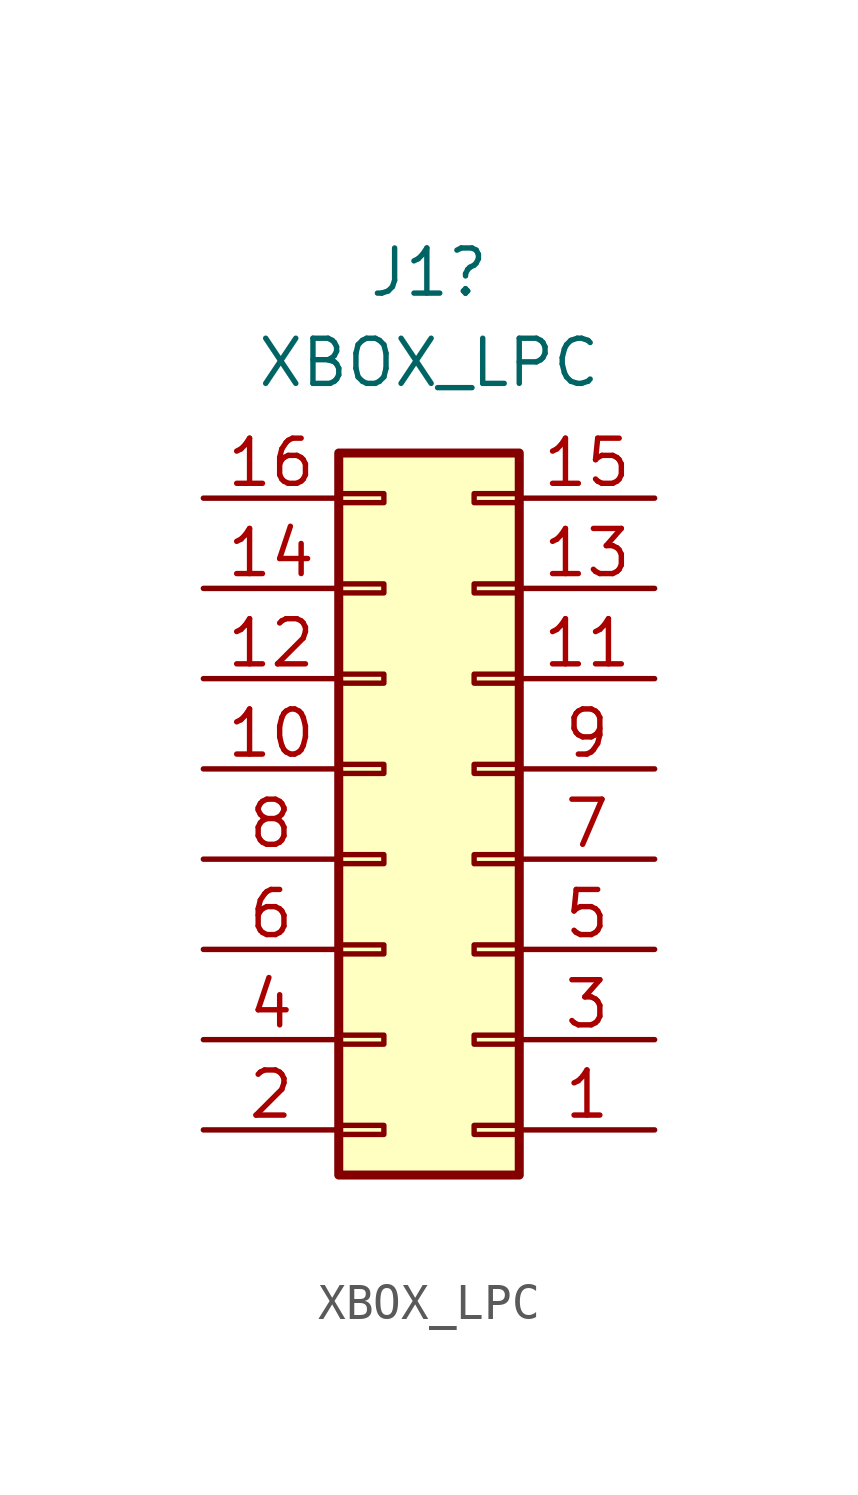
<source format=kicad_sym>
(kicad_symbol_lib
  (version 20231120)
  (generator "kicad_symbol_editor")
  (generator_version "8.0")
  (symbol "XBOX_LPC"
    (pin_names
      (offset 1.016) hide)
    (property "Reference" "J1"
      (at 0 15.24 0)
      (effects (font (size 1.27 1.27))))
    (property "Value" "XBOX_LPC"
      (at 0 12.7 0)
      (effects (font (size 1.27 1.27))))
    (symbol "XBOX_LPC_1_1"
      (rectangle (start -2.54 -9.017) (end -1.27 -8.763) (stroke (width 0.152) (type default)) (fill (type none)))
      (rectangle (start -2.54 -6.477) (end -1.27 -6.223) (stroke (width 0.152) (type default)) (fill (type none)))
      (rectangle (start -2.54 -3.937) (end -1.27 -3.683) (stroke (width 0.152) (type default)) (fill (type none)))
      (rectangle (start -2.54 -1.397) (end -1.27 -1.143) (stroke (width 0.152) (type default)) (fill (type none)))
      (rectangle (start -2.54 1.143) (end -1.27 1.397) (stroke (width 0.152) (type default)) (fill (type none)))
      (rectangle (start -2.54 3.683) (end -1.27 3.937) (stroke (width 0.152) (type default)) (fill (type none)))
      (rectangle (start -2.54 6.223) (end -1.27 6.477) (stroke (width 0.152) (type default)) (fill (type none)))
      (rectangle (start -2.54 8.763) (end -1.27 9.017) (stroke (width 0.152) (type default)) (fill (type none)))
      (rectangle (start -2.54 10.16) (end 2.54 -10.16) (stroke (width 0.254) (type default)) (fill (type background)))
      (rectangle (start 2.54 -9.017) (end 1.27 -8.763) (stroke (width 0.152) (type default)) (fill (type none)))
      (rectangle (start 2.54 -6.477) (end 1.27 -6.223) (stroke (width 0.152) (type default)) (fill (type none)))
      (rectangle (start 2.54 -3.937) (end 1.27 -3.683) (stroke (width 0.152) (type default)) (fill (type none)))
      (rectangle (start 2.54 -1.397) (end 1.27 -1.143) (stroke (width 0.152) (type default)) (fill (type none)))
      (rectangle (start 2.54 1.143) (end 1.27 1.397) (stroke (width 0.152) (type default)) (fill (type none)))
      (rectangle (start 2.54 3.683) (end 1.27 3.937) (stroke (width 0.152) (type default)) (fill (type none)))
      (rectangle (start 2.54 6.223) (end 1.27 6.477) (stroke (width 0.152) (type default)) (fill (type none)))
      (rectangle (start 2.54 8.763) (end 1.27 9.017) (stroke (width 0.152) (type default)) (fill (type none)))
      (pin passive line (at 6.35 -8.89 180) (length 3.81) (name "LCLK" (effects (font (size 1.27 1.27)))) (number "1" (effects (font (size 1.27 1.27)))))
      (pin passive line (at -6.35 1.27 0) (length 3.81) (name "LAD1" (effects (font (size 1.27 1.27)))) (number "10" (effects (font (size 1.27 1.27)))))
      (pin passive line (at 6.35 3.81 180) (length 3.81) (name "LAD0" (effects (font (size 1.27 1.27)))) (number "11" (effects (font (size 1.27 1.27)))))
      (pin power_in line (at -6.35 3.81 0) (length 3.81) (name "GND" (effects (font (size 1.27 1.27)))) (number "12" (effects (font (size 1.27 1.27)))))
      (pin passive line (at 6.35 6.35 180) (length 3.81) (name "SCL" (effects (font (size 1.27 1.27)))) (number "13" (effects (font (size 1.27 1.27)))))
      (pin passive line (at -6.35 6.35 0) (length 3.81) (name "SDA" (effects (font (size 1.27 1.27)))) (number "14" (effects (font (size 1.27 1.27)))))
      (pin power_in line (at 6.35 8.89 180) (length 3.81) (name "3.3V" (effects (font (size 1.27 1.27)))) (number "15" (effects (font (size 1.27 1.27)))))
      (pin passive line (at -6.35 8.89 0) (length 3.81) (name "SERIRQ_(v1.0)" (effects (font (size 1.27 1.27)))) (number "16" (effects (font (size 1.27 1.27)))))
      (pin power_in line (at -6.35 -8.89 0) (length 3.81) (name "GND" (effects (font (size 1.27 1.27)))) (number "2" (effects (font (size 1.27 1.27)))))
      (pin passive line (at 6.35 -6.35 180) (length 3.81) (name "LFRAME#" (effects (font (size 1.27 1.27)))) (number "3" (effects (font (size 1.27 1.27)))))
      (pin passive line (at -6.35 -6.35 0) (length 3.81) (name "PWR_(v1.6)" (effects (font (size 1.27 1.27)))) (number "4" (effects (font (size 1.27 1.27)))))
      (pin passive line (at 6.35 -3.81 180) (length 3.81) (name "LRESET#" (effects (font (size 1.27 1.27)))) (number "5" (effects (font (size 1.27 1.27)))))
      (pin power_out line (at -6.35 -3.81 0) (length 3.81) (name "5V" (effects (font (size 1.27 1.27)))) (number "6" (effects (font (size 1.27 1.27)))))
      (pin passive line (at 6.35 -1.27 180) (length 3.81) (name "LAD3" (effects (font (size 1.27 1.27)))) (number "7" (effects (font (size 1.27 1.27)))))
      (pin passive line (at -6.35 -1.27 0) (length 3.81) (name "LAD2" (effects (font (size 1.27 1.27)))) (number "8" (effects (font (size 1.27 1.27)))))
      (pin power_in line (at 6.35 1.27 180) (length 3.81) (name "3.3V" (effects (font (size 1.27 1.27)))) (number "9" (effects (font (size 1.27 1.27))))))))
</source>
